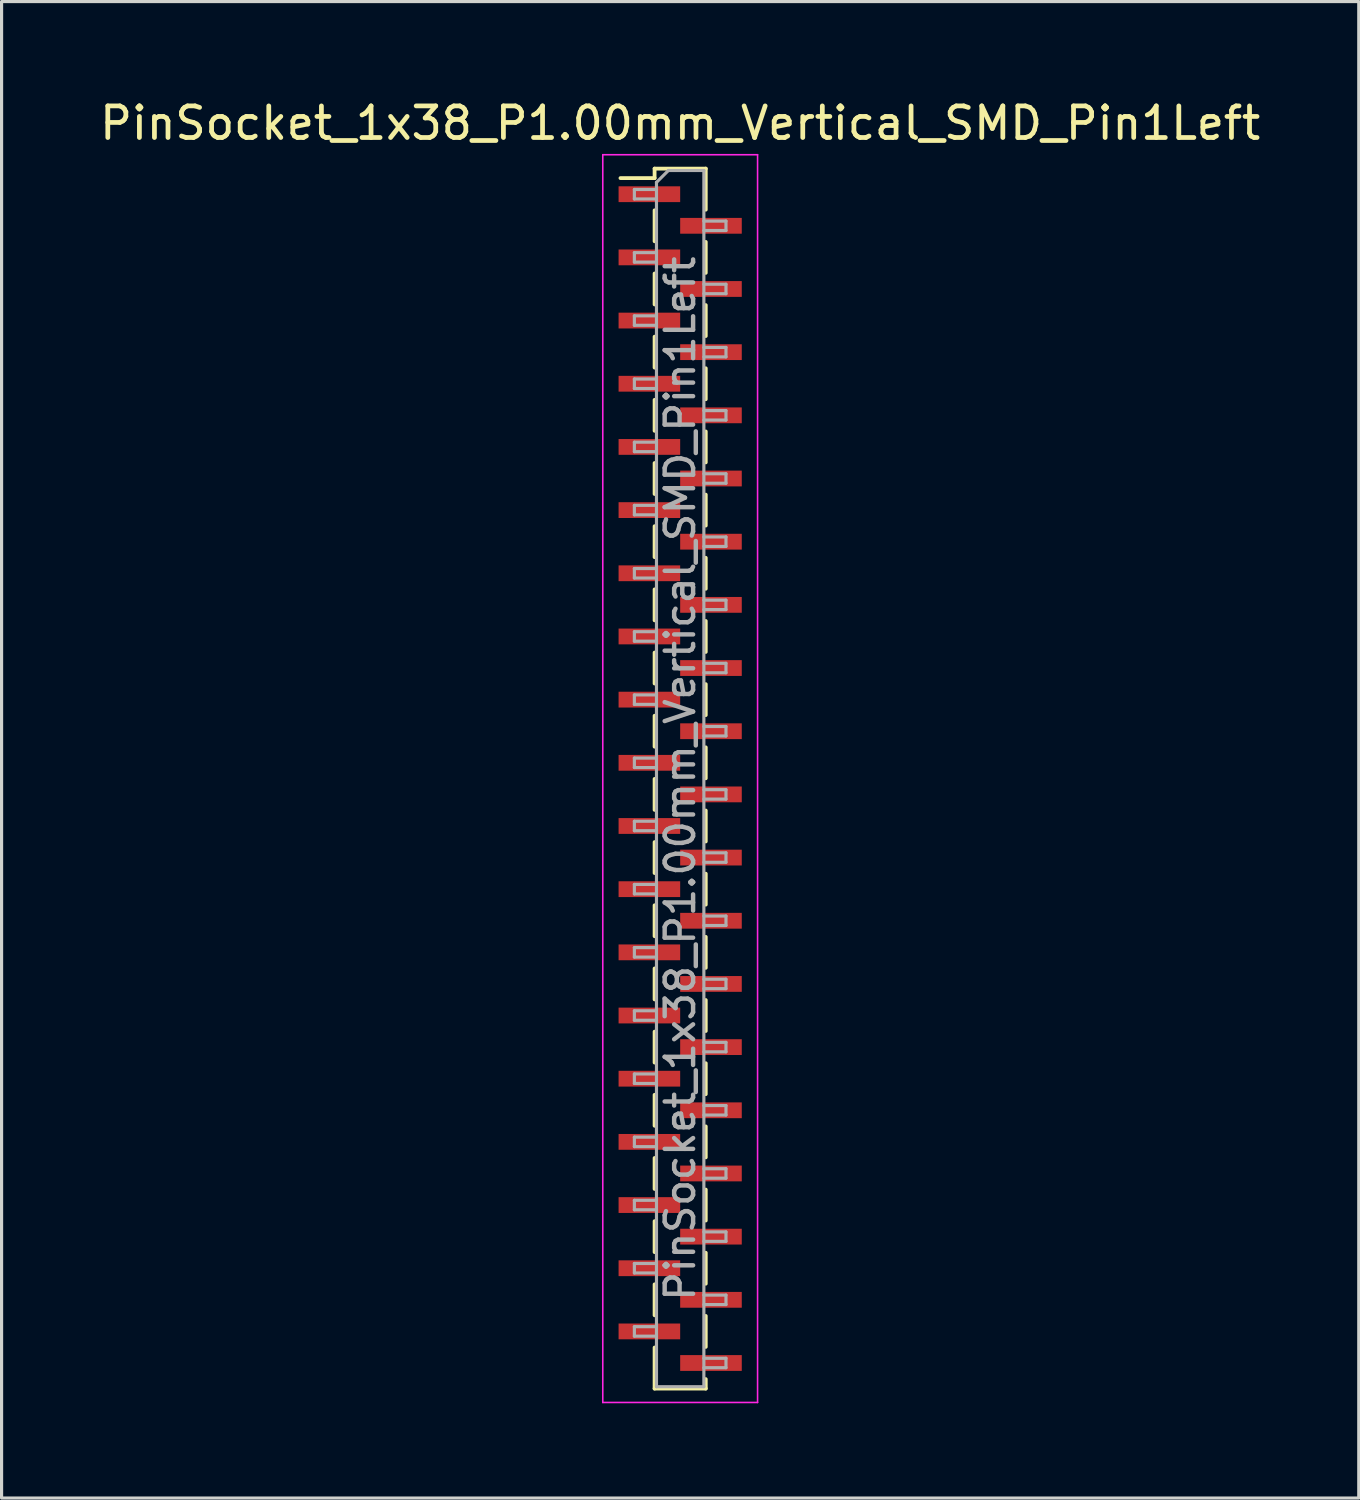
<source format=kicad_pcb>
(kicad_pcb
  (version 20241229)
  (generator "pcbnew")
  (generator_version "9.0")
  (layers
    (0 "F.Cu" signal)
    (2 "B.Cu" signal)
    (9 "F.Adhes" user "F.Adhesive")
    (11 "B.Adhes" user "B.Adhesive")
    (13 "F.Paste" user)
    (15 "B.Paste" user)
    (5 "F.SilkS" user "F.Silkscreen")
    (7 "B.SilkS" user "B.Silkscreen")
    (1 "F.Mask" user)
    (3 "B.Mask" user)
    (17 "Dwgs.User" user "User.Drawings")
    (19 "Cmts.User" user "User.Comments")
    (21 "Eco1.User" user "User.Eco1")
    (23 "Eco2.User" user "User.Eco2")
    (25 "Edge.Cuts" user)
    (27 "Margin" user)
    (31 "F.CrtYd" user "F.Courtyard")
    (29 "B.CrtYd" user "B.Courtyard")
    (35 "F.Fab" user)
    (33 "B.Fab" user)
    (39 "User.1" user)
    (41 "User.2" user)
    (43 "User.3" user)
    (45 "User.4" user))
  (footprint "PinSocket_1x38_P1.00mm_Vertical_SMD_Pin1Left"
    (layer "F.Cu")
    (at 18.482 21.598)
    (property "Reference" "PinSocket_1x38_P1.00mm_Vertical_SMD_Pin1Left" (at 0 -20.75 0) (layer "F.SilkS") (effects (font (size 1 1) (thickness 0.15))))
    (attr smd)
    (fp_line (start -1.89 -19.01) (end -0.81 -19.01) (stroke (width 0.12) (type solid)) (layer "F.SilkS"))
    (fp_line (start -0.81 -19.31) (end -0.81 -19.01) (stroke (width 0.12) (type solid)) (layer "F.SilkS"))
    (fp_line (start -0.81 -19.31) (end 0.81 -19.31) (stroke (width 0.12) (type solid)) (layer "F.SilkS"))
    (fp_line (start -0.81 -17.99) (end -0.81 -17.01) (stroke (width 0.12) (type solid)) (layer "F.SilkS"))
    (fp_line (start -0.81 -15.99) (end -0.81 -15.01) (stroke (width 0.12) (type solid)) (layer "F.SilkS"))
    (fp_line (start -0.81 -13.99) (end -0.81 -13.01) (stroke (width 0.12) (type solid)) (layer "F.SilkS"))
    (fp_line (start -0.81 -11.99) (end -0.81 -11.01) (stroke (width 0.12) (type solid)) (layer "F.SilkS"))
    (fp_line (start -0.81 -9.99) (end -0.81 -9.01) (stroke (width 0.12) (type solid)) (layer "F.SilkS"))
    (fp_line (start -0.81 -7.99) (end -0.81 -7.01) (stroke (width 0.12) (type solid)) (layer "F.SilkS"))
    (fp_line (start -0.81 -5.99) (end -0.81 -5.01) (stroke (width 0.12) (type solid)) (layer "F.SilkS"))
    (fp_line (start -0.81 -3.99) (end -0.81 -3.01) (stroke (width 0.12) (type solid)) (layer "F.SilkS"))
    (fp_line (start -0.81 -1.99) (end -0.81 -1.01) (stroke (width 0.12) (type solid)) (layer "F.SilkS"))
    (fp_line (start -0.81 0.01) (end -0.81 0.99) (stroke (width 0.12) (type solid)) (layer "F.SilkS"))
    (fp_line (start -0.81 2.01) (end -0.81 2.99) (stroke (width 0.12) (type solid)) (layer "F.SilkS"))
    (fp_line (start -0.81 4.01) (end -0.81 4.99) (stroke (width 0.12) (type solid)) (layer "F.SilkS"))
    (fp_line (start -0.81 6.01) (end -0.81 6.99) (stroke (width 0.12) (type solid)) (layer "F.SilkS"))
    (fp_line (start -0.81 8.01) (end -0.81 8.99) (stroke (width 0.12) (type solid)) (layer "F.SilkS"))
    (fp_line (start -0.81 10.01) (end -0.81 10.99) (stroke (width 0.12) (type solid)) (layer "F.SilkS"))
    (fp_line (start -0.81 12.01) (end -0.81 12.99) (stroke (width 0.12) (type solid)) (layer "F.SilkS"))
    (fp_line (start -0.81 14.01) (end -0.81 14.99) (stroke (width 0.12) (type solid)) (layer "F.SilkS"))
    (fp_line (start -0.81 16.01) (end -0.81 16.99) (stroke (width 0.12) (type solid)) (layer "F.SilkS"))
    (fp_line (start -0.81 18.01) (end -0.81 19.31) (stroke (width 0.12) (type solid)) (layer "F.SilkS"))
    (fp_line (start -0.81 19.31) (end 0.81 19.31) (stroke (width 0.12) (type solid)) (layer "F.SilkS"))
    (fp_line (start 0.81 -19.31) (end 0.81 -18.01) (stroke (width 0.12) (type solid)) (layer "F.SilkS"))
    (fp_line (start 0.81 -16.99) (end 0.81 -16.01) (stroke (width 0.12) (type solid)) (layer "F.SilkS"))
    (fp_line (start 0.81 -14.99) (end 0.81 -14.01) (stroke (width 0.12) (type solid)) (layer "F.SilkS"))
    (fp_line (start 0.81 -12.99) (end 0.81 -12.01) (stroke (width 0.12) (type solid)) (layer "F.SilkS"))
    (fp_line (start 0.81 -10.99) (end 0.81 -10.01) (stroke (width 0.12) (type solid)) (layer "F.SilkS"))
    (fp_line (start 0.81 -8.99) (end 0.81 -8.01) (stroke (width 0.12) (type solid)) (layer "F.SilkS"))
    (fp_line (start 0.81 -6.99) (end 0.81 -6.01) (stroke (width 0.12) (type solid)) (layer "F.SilkS"))
    (fp_line (start 0.81 -4.99) (end 0.81 -4.01) (stroke (width 0.12) (type solid)) (layer "F.SilkS"))
    (fp_line (start 0.81 -2.99) (end 0.81 -2.01) (stroke (width 0.12) (type solid)) (layer "F.SilkS"))
    (fp_line (start 0.81 -0.99) (end 0.81 -0.01) (stroke (width 0.12) (type solid)) (layer "F.SilkS"))
    (fp_line (start 0.81 1.01) (end 0.81 1.99) (stroke (width 0.12) (type solid)) (layer "F.SilkS"))
    (fp_line (start 0.81 3.01) (end 0.81 3.99) (stroke (width 0.12) (type solid)) (layer "F.SilkS"))
    (fp_line (start 0.81 5.01) (end 0.81 5.99) (stroke (width 0.12) (type solid)) (layer "F.SilkS"))
    (fp_line (start 0.81 7.01) (end 0.81 7.99) (stroke (width 0.12) (type solid)) (layer "F.SilkS"))
    (fp_line (start 0.81 9.01) (end 0.81 9.99) (stroke (width 0.12) (type solid)) (layer "F.SilkS"))
    (fp_line (start 0.81 11.01) (end 0.81 11.99) (stroke (width 0.12) (type solid)) (layer "F.SilkS"))
    (fp_line (start 0.81 13.01) (end 0.81 13.99) (stroke (width 0.12) (type solid)) (layer "F.SilkS"))
    (fp_line (start 0.81 15.01) (end 0.81 15.99) (stroke (width 0.12) (type solid)) (layer "F.SilkS"))
    (fp_line (start 0.81 17.01) (end 0.81 17.99) (stroke (width 0.12) (type solid)) (layer "F.SilkS"))
    (fp_line (start 0.81 19.01) (end 0.81 19.31) (stroke (width 0.12) (type solid)) (layer "F.SilkS"))
    (fp_line (start -2.45 -19.75) (end 2.45 -19.75) (stroke (width 0.05) (type solid)) (layer "F.CrtYd"))
    (fp_line (start -2.45 19.75) (end -2.45 -19.75) (stroke (width 0.05) (type solid)) (layer "F.CrtYd"))
    (fp_line (start 2.45 -19.75) (end 2.45 19.75) (stroke (width 0.05) (type solid)) (layer "F.CrtYd"))
    (fp_line (start 2.45 19.75) (end -2.45 19.75) (stroke (width 0.05) (type solid)) (layer "F.CrtYd"))
    (fp_line (start -1.45 -18.65) (end -0.75 -18.65) (stroke (width 0.1) (type solid)) (layer "F.Fab"))
    (fp_line (start -1.45 -18.35) (end -1.45 -18.65) (stroke (width 0.1) (type solid)) (layer "F.Fab"))
    (fp_line (start -1.45 -16.65) (end -0.75 -16.65) (stroke (width 0.1) (type solid)) (layer "F.Fab"))
    (fp_line (start -1.45 -16.35) (end -1.45 -16.65) (stroke (width 0.1) (type solid)) (layer "F.Fab"))
    (fp_line (start -1.45 -14.65) (end -0.75 -14.65) (stroke (width 0.1) (type solid)) (layer "F.Fab"))
    (fp_line (start -1.45 -14.35) (end -1.45 -14.65) (stroke (width 0.1) (type solid)) (layer "F.Fab"))
    (fp_line (start -1.45 -12.65) (end -0.75 -12.65) (stroke (width 0.1) (type solid)) (layer "F.Fab"))
    (fp_line (start -1.45 -12.35) (end -1.45 -12.65) (stroke (width 0.1) (type solid)) (layer "F.Fab"))
    (fp_line (start -1.45 -10.65) (end -0.75 -10.65) (stroke (width 0.1) (type solid)) (layer "F.Fab"))
    (fp_line (start -1.45 -10.35) (end -1.45 -10.65) (stroke (width 0.1) (type solid)) (layer "F.Fab"))
    (fp_line (start -1.45 -8.65) (end -0.75 -8.65) (stroke (width 0.1) (type solid)) (layer "F.Fab"))
    (fp_line (start -1.45 -8.35) (end -1.45 -8.65) (stroke (width 0.1) (type solid)) (layer "F.Fab"))
    (fp_line (start -1.45 -6.65) (end -0.75 -6.65) (stroke (width 0.1) (type solid)) (layer "F.Fab"))
    (fp_line (start -1.45 -6.35) (end -1.45 -6.65) (stroke (width 0.1) (type solid)) (layer "F.Fab"))
    (fp_line (start -1.45 -4.65) (end -0.75 -4.65) (stroke (width 0.1) (type solid)) (layer "F.Fab"))
    (fp_line (start -1.45 -4.35) (end -1.45 -4.65) (stroke (width 0.1) (type solid)) (layer "F.Fab"))
    (fp_line (start -1.45 -2.65) (end -0.75 -2.65) (stroke (width 0.1) (type solid)) (layer "F.Fab"))
    (fp_line (start -1.45 -2.35) (end -1.45 -2.65) (stroke (width 0.1) (type solid)) (layer "F.Fab"))
    (fp_line (start -1.45 -0.65) (end -0.75 -0.65) (stroke (width 0.1) (type solid)) (layer "F.Fab"))
    (fp_line (start -1.45 -0.35) (end -1.45 -0.65) (stroke (width 0.1) (type solid)) (layer "F.Fab"))
    (fp_line (start -1.45 1.35) (end -0.75 1.35) (stroke (width 0.1) (type solid)) (layer "F.Fab"))
    (fp_line (start -1.45 1.65) (end -1.45 1.35) (stroke (width 0.1) (type solid)) (layer "F.Fab"))
    (fp_line (start -1.45 3.35) (end -0.75 3.35) (stroke (width 0.1) (type solid)) (layer "F.Fab"))
    (fp_line (start -1.45 3.65) (end -1.45 3.35) (stroke (width 0.1) (type solid)) (layer "F.Fab"))
    (fp_line (start -1.45 5.35) (end -0.75 5.35) (stroke (width 0.1) (type solid)) (layer "F.Fab"))
    (fp_line (start -1.45 5.65) (end -1.45 5.35) (stroke (width 0.1) (type solid)) (layer "F.Fab"))
    (fp_line (start -1.45 7.35) (end -0.75 7.35) (stroke (width 0.1) (type solid)) (layer "F.Fab"))
    (fp_line (start -1.45 7.65) (end -1.45 7.35) (stroke (width 0.1) (type solid)) (layer "F.Fab"))
    (fp_line (start -1.45 9.35) (end -0.75 9.35) (stroke (width 0.1) (type solid)) (layer "F.Fab"))
    (fp_line (start -1.45 9.65) (end -1.45 9.35) (stroke (width 0.1) (type solid)) (layer "F.Fab"))
    (fp_line (start -1.45 11.35) (end -0.75 11.35) (stroke (width 0.1) (type solid)) (layer "F.Fab"))
    (fp_line (start -1.45 11.65) (end -1.45 11.35) (stroke (width 0.1) (type solid)) (layer "F.Fab"))
    (fp_line (start -1.45 13.35) (end -0.75 13.35) (stroke (width 0.1) (type solid)) (layer "F.Fab"))
    (fp_line (start -1.45 13.65) (end -1.45 13.35) (stroke (width 0.1) (type solid)) (layer "F.Fab"))
    (fp_line (start -1.45 15.35) (end -0.75 15.35) (stroke (width 0.1) (type solid)) (layer "F.Fab"))
    (fp_line (start -1.45 15.65) (end -1.45 15.35) (stroke (width 0.1) (type solid)) (layer "F.Fab"))
    (fp_line (start -1.45 17.35) (end -0.75 17.35) (stroke (width 0.1) (type solid)) (layer "F.Fab"))
    (fp_line (start -1.45 17.65) (end -1.45 17.35) (stroke (width 0.1) (type solid)) (layer "F.Fab"))
    (fp_line (start -0.75 -18.875) (end -0.375 -19.25) (stroke (width 0.1) (type solid)) (layer "F.Fab"))
    (fp_line (start -0.75 -18.35) (end -1.45 -18.35) (stroke (width 0.1) (type solid)) (layer "F.Fab"))
    (fp_line (start -0.75 -16.35) (end -1.45 -16.35) (stroke (width 0.1) (type solid)) (layer "F.Fab"))
    (fp_line (start -0.75 -14.35) (end -1.45 -14.35) (stroke (width 0.1) (type solid)) (layer "F.Fab"))
    (fp_line (start -0.75 -12.35) (end -1.45 -12.35) (stroke (width 0.1) (type solid)) (layer "F.Fab"))
    (fp_line (start -0.75 -10.35) (end -1.45 -10.35) (stroke (width 0.1) (type solid)) (layer "F.Fab"))
    (fp_line (start -0.75 -8.35) (end -1.45 -8.35) (stroke (width 0.1) (type solid)) (layer "F.Fab"))
    (fp_line (start -0.75 -6.35) (end -1.45 -6.35) (stroke (width 0.1) (type solid)) (layer "F.Fab"))
    (fp_line (start -0.75 -4.35) (end -1.45 -4.35) (stroke (width 0.1) (type solid)) (layer "F.Fab"))
    (fp_line (start -0.75 -2.35) (end -1.45 -2.35) (stroke (width 0.1) (type solid)) (layer "F.Fab"))
    (fp_line (start -0.75 -0.35) (end -1.45 -0.35) (stroke (width 0.1) (type solid)) (layer "F.Fab"))
    (fp_line (start -0.75 1.65) (end -1.45 1.65) (stroke (width 0.1) (type solid)) (layer "F.Fab"))
    (fp_line (start -0.75 3.65) (end -1.45 3.65) (stroke (width 0.1) (type solid)) (layer "F.Fab"))
    (fp_line (start -0.75 5.65) (end -1.45 5.65) (stroke (width 0.1) (type solid)) (layer "F.Fab"))
    (fp_line (start -0.75 7.65) (end -1.45 7.65) (stroke (width 0.1) (type solid)) (layer "F.Fab"))
    (fp_line (start -0.75 9.65) (end -1.45 9.65) (stroke (width 0.1) (type solid)) (layer "F.Fab"))
    (fp_line (start -0.75 11.65) (end -1.45 11.65) (stroke (width 0.1) (type solid)) (layer "F.Fab"))
    (fp_line (start -0.75 13.65) (end -1.45 13.65) (stroke (width 0.1) (type solid)) (layer "F.Fab"))
    (fp_line (start -0.75 15.65) (end -1.45 15.65) (stroke (width 0.1) (type solid)) (layer "F.Fab"))
    (fp_line (start -0.75 17.65) (end -1.45 17.65) (stroke (width 0.1) (type solid)) (layer "F.Fab"))
    (fp_line (start -0.75 19.25) (end -0.75 -18.875) (stroke (width 0.1) (type solid)) (layer "F.Fab"))
    (fp_line (start -0.375 -19.25) (end 0.75 -19.25) (stroke (width 0.1) (type solid)) (layer "F.Fab"))
    (fp_line (start 0.75 -19.25) (end 0.75 19.25) (stroke (width 0.1) (type solid)) (layer "F.Fab"))
    (fp_line (start 0.75 -17.65) (end 1.45 -17.65) (stroke (width 0.1) (type solid)) (layer "F.Fab"))
    (fp_line (start 0.75 -15.65) (end 1.45 -15.65) (stroke (width 0.1) (type solid)) (layer "F.Fab"))
    (fp_line (start 0.75 -13.65) (end 1.45 -13.65) (stroke (width 0.1) (type solid)) (layer "F.Fab"))
    (fp_line (start 0.75 -11.65) (end 1.45 -11.65) (stroke (width 0.1) (type solid)) (layer "F.Fab"))
    (fp_line (start 0.75 -9.65) (end 1.45 -9.65) (stroke (width 0.1) (type solid)) (layer "F.Fab"))
    (fp_line (start 0.75 -7.65) (end 1.45 -7.65) (stroke (width 0.1) (type solid)) (layer "F.Fab"))
    (fp_line (start 0.75 -5.65) (end 1.45 -5.65) (stroke (width 0.1) (type solid)) (layer "F.Fab"))
    (fp_line (start 0.75 -3.65) (end 1.45 -3.65) (stroke (width 0.1) (type solid)) (layer "F.Fab"))
    (fp_line (start 0.75 -1.65) (end 1.45 -1.65) (stroke (width 0.1) (type solid)) (layer "F.Fab"))
    (fp_line (start 0.75 0.35) (end 1.45 0.35) (stroke (width 0.1) (type solid)) (layer "F.Fab"))
    (fp_line (start 0.75 2.35) (end 1.45 2.35) (stroke (width 0.1) (type solid)) (layer "F.Fab"))
    (fp_line (start 0.75 4.35) (end 1.45 4.35) (stroke (width 0.1) (type solid)) (layer "F.Fab"))
    (fp_line (start 0.75 6.35) (end 1.45 6.35) (stroke (width 0.1) (type solid)) (layer "F.Fab"))
    (fp_line (start 0.75 8.35) (end 1.45 8.35) (stroke (width 0.1) (type solid)) (layer "F.Fab"))
    (fp_line (start 0.75 10.35) (end 1.45 10.35) (stroke (width 0.1) (type solid)) (layer "F.Fab"))
    (fp_line (start 0.75 12.35) (end 1.45 12.35) (stroke (width 0.1) (type solid)) (layer "F.Fab"))
    (fp_line (start 0.75 14.35) (end 1.45 14.35) (stroke (width 0.1) (type solid)) (layer "F.Fab"))
    (fp_line (start 0.75 16.35) (end 1.45 16.35) (stroke (width 0.1) (type solid)) (layer "F.Fab"))
    (fp_line (start 0.75 18.35) (end 1.45 18.35) (stroke (width 0.1) (type solid)) (layer "F.Fab"))
    (fp_line (start 0.75 19.25) (end -0.75 19.25) (stroke (width 0.1) (type solid)) (layer "F.Fab"))
    (fp_line (start 1.45 -17.65) (end 1.45 -17.35) (stroke (width 0.1) (type solid)) (layer "F.Fab"))
    (fp_line (start 1.45 -17.35) (end 0.75 -17.35) (stroke (width 0.1) (type solid)) (layer "F.Fab"))
    (fp_line (start 1.45 -15.65) (end 1.45 -15.35) (stroke (width 0.1) (type solid)) (layer "F.Fab"))
    (fp_line (start 1.45 -15.35) (end 0.75 -15.35) (stroke (width 0.1) (type solid)) (layer "F.Fab"))
    (fp_line (start 1.45 -13.65) (end 1.45 -13.35) (stroke (width 0.1) (type solid)) (layer "F.Fab"))
    (fp_line (start 1.45 -13.35) (end 0.75 -13.35) (stroke (width 0.1) (type solid)) (layer "F.Fab"))
    (fp_line (start 1.45 -11.65) (end 1.45 -11.35) (stroke (width 0.1) (type solid)) (layer "F.Fab"))
    (fp_line (start 1.45 -11.35) (end 0.75 -11.35) (stroke (width 0.1) (type solid)) (layer "F.Fab"))
    (fp_line (start 1.45 -9.65) (end 1.45 -9.35) (stroke (width 0.1) (type solid)) (layer "F.Fab"))
    (fp_line (start 1.45 -9.35) (end 0.75 -9.35) (stroke (width 0.1) (type solid)) (layer "F.Fab"))
    (fp_line (start 1.45 -7.65) (end 1.45 -7.35) (stroke (width 0.1) (type solid)) (layer "F.Fab"))
    (fp_line (start 1.45 -7.35) (end 0.75 -7.35) (stroke (width 0.1) (type solid)) (layer "F.Fab"))
    (fp_line (start 1.45 -5.65) (end 1.45 -5.35) (stroke (width 0.1) (type solid)) (layer "F.Fab"))
    (fp_line (start 1.45 -5.35) (end 0.75 -5.35) (stroke (width 0.1) (type solid)) (layer "F.Fab"))
    (fp_line (start 1.45 -3.65) (end 1.45 -3.35) (stroke (width 0.1) (type solid)) (layer "F.Fab"))
    (fp_line (start 1.45 -3.35) (end 0.75 -3.35) (stroke (width 0.1) (type solid)) (layer "F.Fab"))
    (fp_line (start 1.45 -1.65) (end 1.45 -1.35) (stroke (width 0.1) (type solid)) (layer "F.Fab"))
    (fp_line (start 1.45 -1.35) (end 0.75 -1.35) (stroke (width 0.1) (type solid)) (layer "F.Fab"))
    (fp_line (start 1.45 0.35) (end 1.45 0.65) (stroke (width 0.1) (type solid)) (layer "F.Fab"))
    (fp_line (start 1.45 0.65) (end 0.75 0.65) (stroke (width 0.1) (type solid)) (layer "F.Fab"))
    (fp_line (start 1.45 2.35) (end 1.45 2.65) (stroke (width 0.1) (type solid)) (layer "F.Fab"))
    (fp_line (start 1.45 2.65) (end 0.75 2.65) (stroke (width 0.1) (type solid)) (layer "F.Fab"))
    (fp_line (start 1.45 4.35) (end 1.45 4.65) (stroke (width 0.1) (type solid)) (layer "F.Fab"))
    (fp_line (start 1.45 4.65) (end 0.75 4.65) (stroke (width 0.1) (type solid)) (layer "F.Fab"))
    (fp_line (start 1.45 6.35) (end 1.45 6.65) (stroke (width 0.1) (type solid)) (layer "F.Fab"))
    (fp_line (start 1.45 6.65) (end 0.75 6.65) (stroke (width 0.1) (type solid)) (layer "F.Fab"))
    (fp_line (start 1.45 8.35) (end 1.45 8.65) (stroke (width 0.1) (type solid)) (layer "F.Fab"))
    (fp_line (start 1.45 8.65) (end 0.75 8.65) (stroke (width 0.1) (type solid)) (layer "F.Fab"))
    (fp_line (start 1.45 10.35) (end 1.45 10.65) (stroke (width 0.1) (type solid)) (layer "F.Fab"))
    (fp_line (start 1.45 10.65) (end 0.75 10.65) (stroke (width 0.1) (type solid)) (layer "F.Fab"))
    (fp_line (start 1.45 12.35) (end 1.45 12.65) (stroke (width 0.1) (type solid)) (layer "F.Fab"))
    (fp_line (start 1.45 12.65) (end 0.75 12.65) (stroke (width 0.1) (type solid)) (layer "F.Fab"))
    (fp_line (start 1.45 14.35) (end 1.45 14.65) (stroke (width 0.1) (type solid)) (layer "F.Fab"))
    (fp_line (start 1.45 14.65) (end 0.75 14.65) (stroke (width 0.1) (type solid)) (layer "F.Fab"))
    (fp_line (start 1.45 16.35) (end 1.45 16.65) (stroke (width 0.1) (type solid)) (layer "F.Fab"))
    (fp_line (start 1.45 16.65) (end 0.75 16.65) (stroke (width 0.1) (type solid)) (layer "F.Fab"))
    (fp_line (start 1.45 18.35) (end 1.45 18.65) (stroke (width 0.1) (type solid)) (layer "F.Fab"))
    (fp_line (start 1.45 18.65) (end 0.75 18.65) (stroke (width 0.1) (type solid)) (layer "F.Fab"))
    (fp_text user "${REFERENCE}" (at 0 0 90) (layer "F.Fab") (effects (font (size 0.9 0.9) (thickness 0.14))))
    (pad "1" smd rect (at -0.975 -18.5) (size 1.95 0.5) (layers "F.Cu" "F.Mask" "F.Paste"))
    (pad "2" smd rect (at 0.975 -17.5) (size 1.95 0.5) (layers "F.Cu" "F.Mask" "F.Paste"))
    (pad "3" smd rect (at -0.975 -16.5) (size 1.95 0.5) (layers "F.Cu" "F.Mask" "F.Paste"))
    (pad "4" smd rect (at 0.975 -15.5) (size 1.95 0.5) (layers "F.Cu" "F.Mask" "F.Paste"))
    (pad "5" smd rect (at -0.975 -14.5) (size 1.95 0.5) (layers "F.Cu" "F.Mask" "F.Paste"))
    (pad "6" smd rect (at 0.975 -13.5) (size 1.95 0.5) (layers "F.Cu" "F.Mask" "F.Paste"))
    (pad "7" smd rect (at -0.975 -12.5) (size 1.95 0.5) (layers "F.Cu" "F.Mask" "F.Paste"))
    (pad "8" smd rect (at 0.975 -11.5) (size 1.95 0.5) (layers "F.Cu" "F.Mask" "F.Paste"))
    (pad "9" smd rect (at -0.975 -10.5) (size 1.95 0.5) (layers "F.Cu" "F.Mask" "F.Paste"))
    (pad "10" smd rect (at 0.975 -9.5) (size 1.95 0.5) (layers "F.Cu" "F.Mask" "F.Paste"))
    (pad "11" smd rect (at -0.975 -8.5) (size 1.95 0.5) (layers "F.Cu" "F.Mask" "F.Paste"))
    (pad "12" smd rect (at 0.975 -7.5) (size 1.95 0.5) (layers "F.Cu" "F.Mask" "F.Paste"))
    (pad "13" smd rect (at -0.975 -6.5) (size 1.95 0.5) (layers "F.Cu" "F.Mask" "F.Paste"))
    (pad "14" smd rect (at 0.975 -5.5) (size 1.95 0.5) (layers "F.Cu" "F.Mask" "F.Paste"))
    (pad "15" smd rect (at -0.975 -4.5) (size 1.95 0.5) (layers "F.Cu" "F.Mask" "F.Paste"))
    (pad "16" smd rect (at 0.975 -3.5) (size 1.95 0.5) (layers "F.Cu" "F.Mask" "F.Paste"))
    (pad "17" smd rect (at -0.975 -2.5) (size 1.95 0.5) (layers "F.Cu" "F.Mask" "F.Paste"))
    (pad "18" smd rect (at 0.975 -1.5) (size 1.95 0.5) (layers "F.Cu" "F.Mask" "F.Paste"))
    (pad "19" smd rect (at -0.975 -0.5) (size 1.95 0.5) (layers "F.Cu" "F.Mask" "F.Paste"))
    (pad "20" smd rect (at 0.975 0.5) (size 1.95 0.5) (layers "F.Cu" "F.Mask" "F.Paste"))
    (pad "21" smd rect (at -0.975 1.5) (size 1.95 0.5) (layers "F.Cu" "F.Mask" "F.Paste"))
    (pad "22" smd rect (at 0.975 2.5) (size 1.95 0.5) (layers "F.Cu" "F.Mask" "F.Paste"))
    (pad "23" smd rect (at -0.975 3.5) (size 1.95 0.5) (layers "F.Cu" "F.Mask" "F.Paste"))
    (pad "24" smd rect (at 0.975 4.5) (size 1.95 0.5) (layers "F.Cu" "F.Mask" "F.Paste"))
    (pad "25" smd rect (at -0.975 5.5) (size 1.95 0.5) (layers "F.Cu" "F.Mask" "F.Paste"))
    (pad "26" smd rect (at 0.975 6.5) (size 1.95 0.5) (layers "F.Cu" "F.Mask" "F.Paste"))
    (pad "27" smd rect (at -0.975 7.5) (size 1.95 0.5) (layers "F.Cu" "F.Mask" "F.Paste"))
    (pad "28" smd rect (at 0.975 8.5) (size 1.95 0.5) (layers "F.Cu" "F.Mask" "F.Paste"))
    (pad "29" smd rect (at -0.975 9.5) (size 1.95 0.5) (layers "F.Cu" "F.Mask" "F.Paste"))
    (pad "30" smd rect (at 0.975 10.5) (size 1.95 0.5) (layers "F.Cu" "F.Mask" "F.Paste"))
    (pad "31" smd rect (at -0.975 11.5) (size 1.95 0.5) (layers "F.Cu" "F.Mask" "F.Paste"))
    (pad "32" smd rect (at 0.975 12.5) (size 1.95 0.5) (layers "F.Cu" "F.Mask" "F.Paste"))
    (pad "33" smd rect (at -0.975 13.5) (size 1.95 0.5) (layers "F.Cu" "F.Mask" "F.Paste"))
    (pad "34" smd rect (at 0.975 14.5) (size 1.95 0.5) (layers "F.Cu" "F.Mask" "F.Paste"))
    (pad "35" smd rect (at -0.975 15.5) (size 1.95 0.5) (layers "F.Cu" "F.Mask" "F.Paste"))
    (pad "36" smd rect (at 0.975 16.5) (size 1.95 0.5) (layers "F.Cu" "F.Mask" "F.Paste"))
    (pad "37" smd rect (at -0.975 17.5) (size 1.95 0.5) (layers "F.Cu" "F.Mask" "F.Paste"))
    (pad "38" smd rect (at 0.975 18.5) (size 1.95 0.5) (layers "F.Cu" "F.Mask" "F.Paste")))
  (gr_rect
    (start -3 -3)
    (end 39.964 44.373)
    (stroke (width 0.1) (type default))
    (fill no)
    (layer "Edge.Cuts")))
</source>
